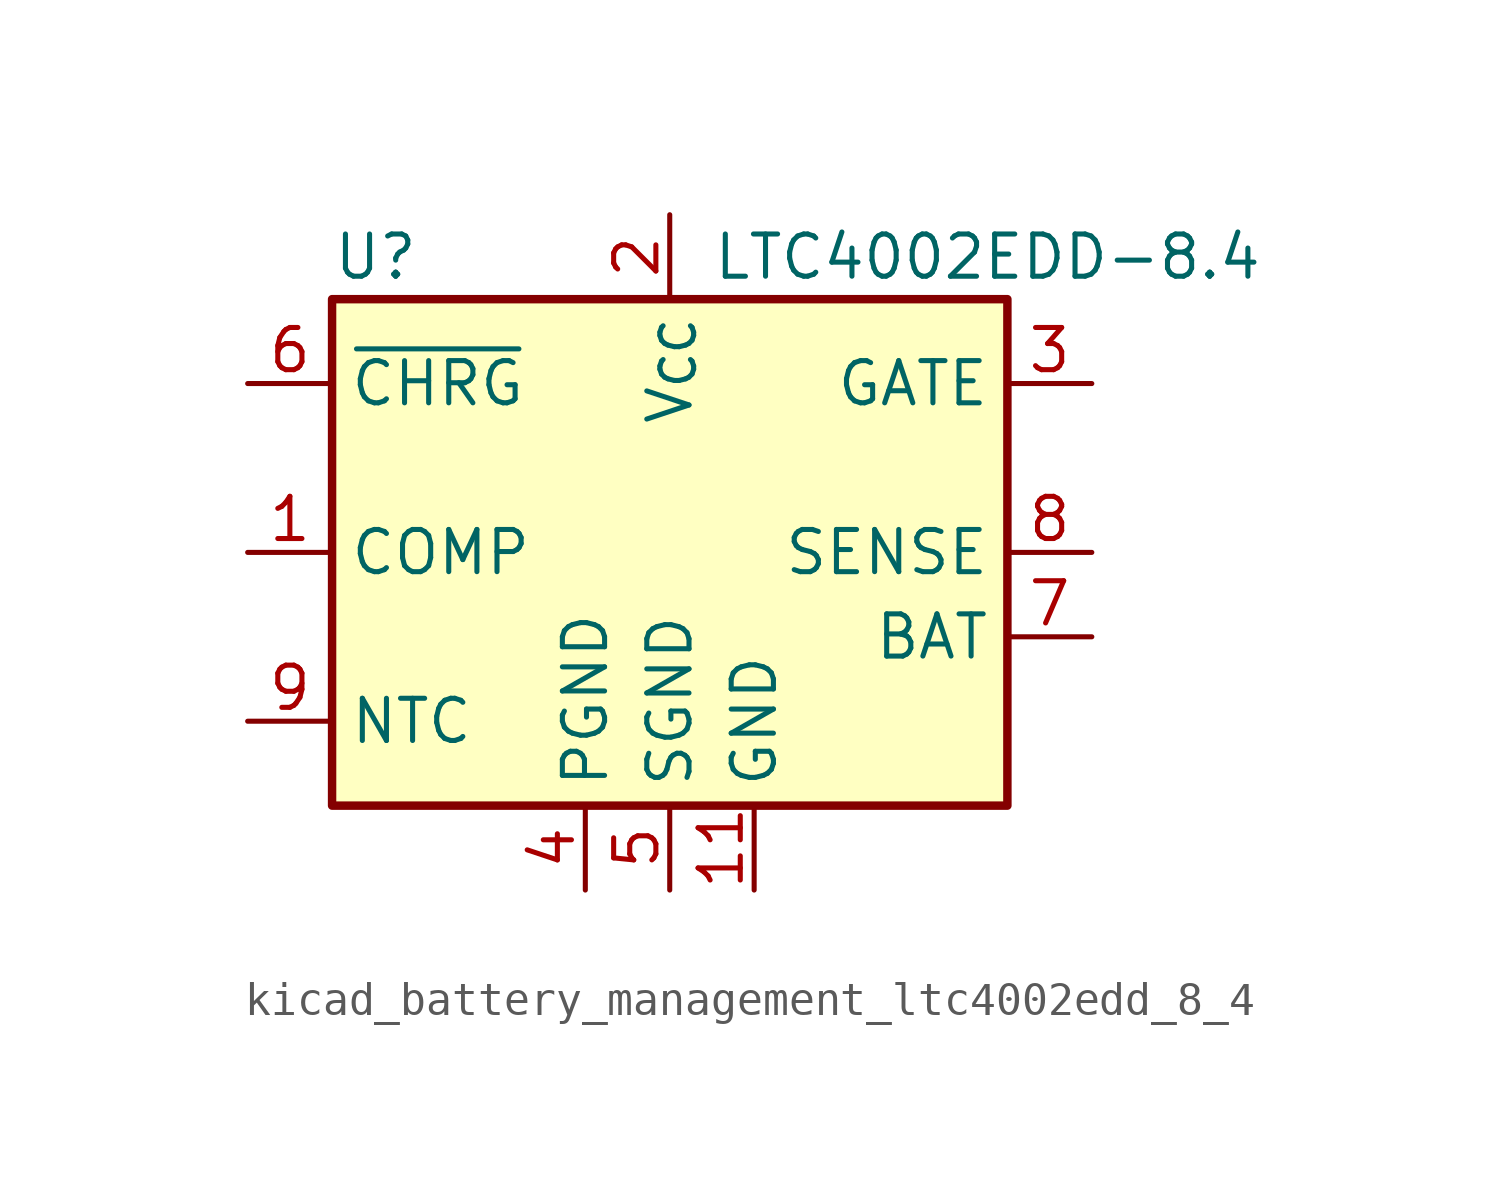
<source format=kicad_sym>
(kicad_symbol_lib
  (version 20220914)
  (generator kicad_symbol_editor)
  (symbol "kicad_battery_management_ltc4002edd_8_4"
    (property "Reference" "U"
      (at -10.16 8.89 0)
      (effects (font (size 1.27 1.27)) (justify left)))
    (property "Value" "LTC4002EDD-8.4"
      (at 1.27 8.89 0)
      (effects (font (size 1.27 1.27)) (justify left)))
    (symbol "kicad_battery_management_ltc4002edd_8_4_0_1"
      (rectangle (start 10.16 -7.62) (end -10.16 7.62) (stroke (width 0.254) (type default)) (fill (type background))))
    (symbol "kicad_battery_management_ltc4002edd_8_4_1_1"
      (pin input line (at -12.7 0 0) (length 2.54) (name "COMP" (effects (font (size 1.27 1.27)))) (number "1" (effects (font (size 1.27 1.27)))))
      (pin no_connect line (at 5.08 -7.62 90) (length 2.54) hide (name "NC" (effects (font (size 1.27 1.27)))) (number "10" (effects (font (size 1.27 1.27)))))
      (pin power_in line (at 2.54 -10.16 90) (length 2.54) (name "GND" (effects (font (size 1.27 1.27)))) (number "11" (effects (font (size 1.27 1.27)))))
      (pin power_in line (at 0 10.16 270) (length 2.54) (name "V_{CC}" (effects (font (size 1.27 1.27)))) (number "2" (effects (font (size 1.27 1.27)))))
      (pin output line (at 12.7 5.08 180) (length 2.54) (name "GATE" (effects (font (size 1.27 1.27)))) (number "3" (effects (font (size 1.27 1.27)))))
      (pin power_in line (at -2.54 -10.16 90) (length 2.54) (name "PGND" (effects (font (size 1.27 1.27)))) (number "4" (effects (font (size 1.27 1.27)))))
      (pin power_in line (at 0 -10.16 90) (length 2.54) (name "SGND" (effects (font (size 1.27 1.27)))) (number "5" (effects (font (size 1.27 1.27)))))
      (pin open_collector line (at -12.7 5.08 0) (length 2.54) (name "~{CHRG}" (effects (font (size 1.27 1.27)))) (number "6" (effects (font (size 1.27 1.27)))))
      (pin input line (at 12.7 -2.54 180) (length 2.54) (name "BAT" (effects (font (size 1.27 1.27)))) (number "7" (effects (font (size 1.27 1.27)))))
      (pin input line (at 12.7 0 180) (length 2.54) (name "SENSE" (effects (font (size 1.27 1.27)))) (number "8" (effects (font (size 1.27 1.27)))))
      (pin input line (at -12.7 -5.08 0) (length 2.54) (name "NTC" (effects (font (size 1.27 1.27)))) (number "9" (effects (font (size 1.27 1.27))))))))
</source>
